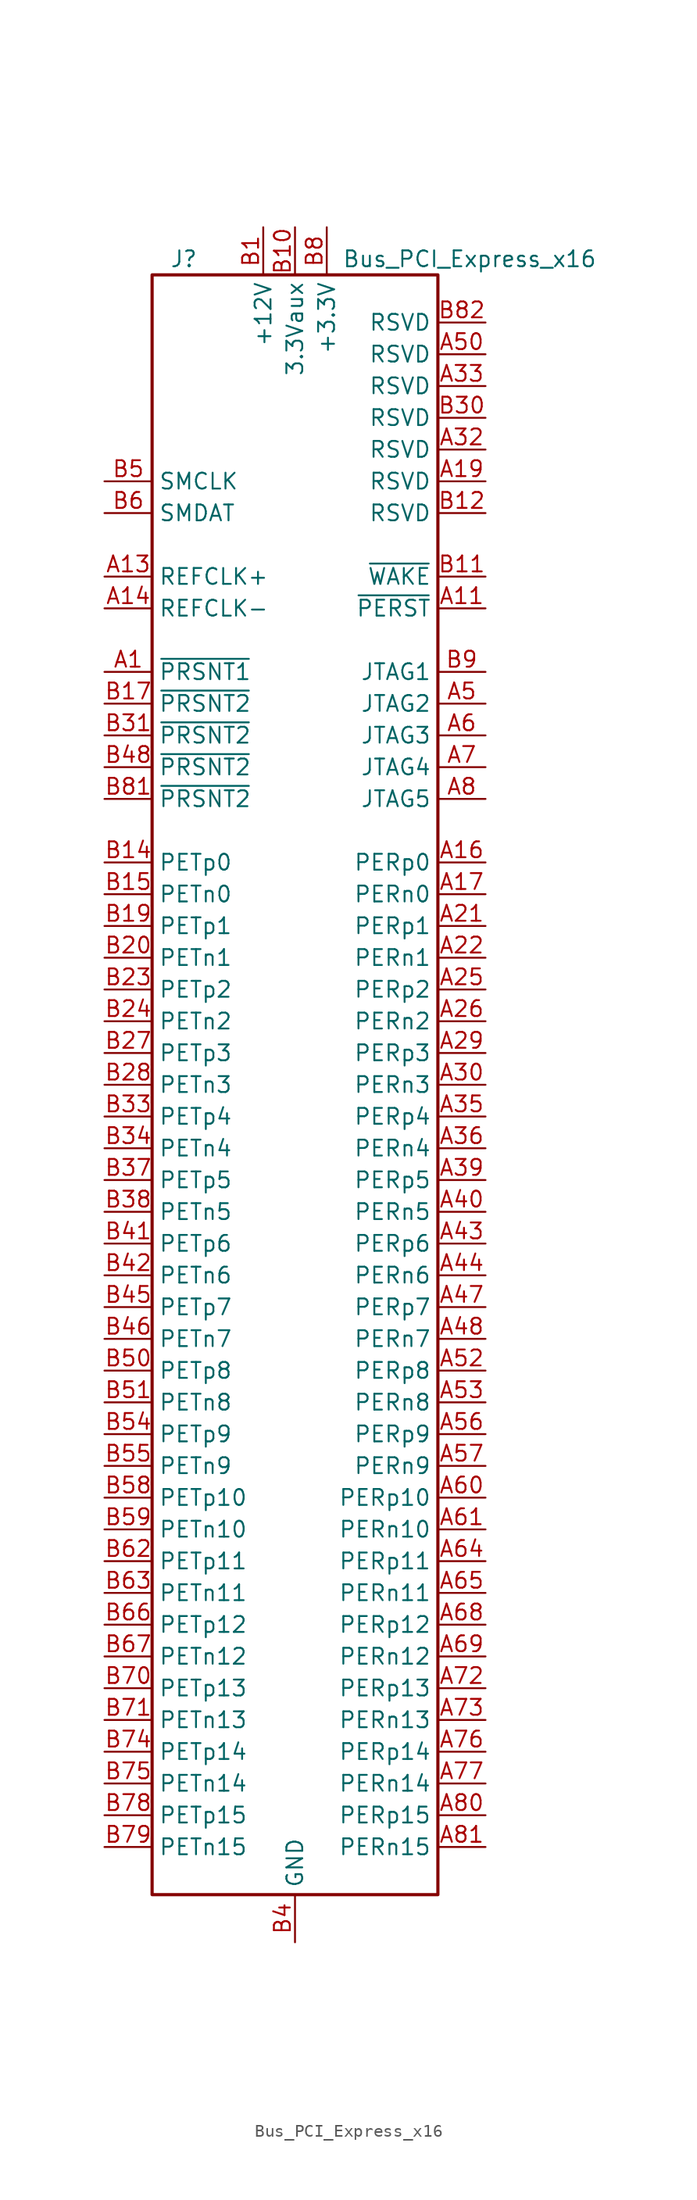
<source format=kicad_sym>
(kicad_symbol_lib
  (version 20211014)
  (generator kicad_symbol_editor)
  (symbol "Bus_PCI_Express_x16"
    (property "Reference" "J"
      (at -8.89 66.04 0)
      (effects (font (size 1.27 1.27))))
    (property "Value" "Bus_PCI_Express_x16"
      (at 13.97 66.04 0)
      (effects (font (size 1.27 1.27))))
    (symbol "Bus_PCI_Express_x16_0_1"
      (rectangle (start -11.43 64.77) (end 11.43 -64.77) (stroke (width 0.254) (type default) (color 0 0 0 0)) (fill (type none))))
    (symbol "Bus_PCI_Express_x16_1_1"
      (pin passive line (at -15.24 33.02 0) (length 3.81) (name "~{PRSNT1}" (effects (font (size 1.27 1.27)))) (number "A1" (effects (font (size 1.27 1.27)))))
      (pin passive line (at 2.54 68.58 270) (length 3.81) hide (name "+3.3V" (effects (font (size 1.27 1.27)))) (number "A10" (effects (font (size 1.27 1.27)))))
      (pin input line (at 15.24 38.1 180) (length 3.81) (name "~{PERST}" (effects (font (size 1.27 1.27)))) (number "A11" (effects (font (size 1.27 1.27)))))
      (pin passive line (at 0 -68.58 90) (length 3.81) hide (name "GND" (effects (font (size 1.27 1.27)))) (number "A12" (effects (font (size 1.27 1.27)))))
      (pin input line (at -15.24 40.64 0) (length 3.81) (name "REFCLK+" (effects (font (size 1.27 1.27)))) (number "A13" (effects (font (size 1.27 1.27)))))
      (pin input line (at -15.24 38.1 0) (length 3.81) (name "REFCLK-" (effects (font (size 1.27 1.27)))) (number "A14" (effects (font (size 1.27 1.27)))))
      (pin passive line (at 0 -68.58 90) (length 3.81) hide (name "GND" (effects (font (size 1.27 1.27)))) (number "A15" (effects (font (size 1.27 1.27)))))
      (pin output line (at 15.24 17.78 180) (length 3.81) (name "PERp0" (effects (font (size 1.27 1.27)))) (number "A16" (effects (font (size 1.27 1.27)))))
      (pin output line (at 15.24 15.24 180) (length 3.81) (name "PERn0" (effects (font (size 1.27 1.27)))) (number "A17" (effects (font (size 1.27 1.27)))))
      (pin passive line (at 0 -68.58 90) (length 3.81) hide (name "GND" (effects (font (size 1.27 1.27)))) (number "A18" (effects (font (size 1.27 1.27)))))
      (pin passive line (at 15.24 48.26 180) (length 3.81) (name "RSVD" (effects (font (size 1.27 1.27)))) (number "A19" (effects (font (size 1.27 1.27)))))
      (pin passive line (at -2.54 68.58 270) (length 3.81) hide (name "+12V" (effects (font (size 1.27 1.27)))) (number "A2" (effects (font (size 1.27 1.27)))))
      (pin passive line (at 0 -68.58 90) (length 3.81) hide (name "GND" (effects (font (size 1.27 1.27)))) (number "A20" (effects (font (size 1.27 1.27)))))
      (pin output line (at 15.24 12.7 180) (length 3.81) (name "PERp1" (effects (font (size 1.27 1.27)))) (number "A21" (effects (font (size 1.27 1.27)))))
      (pin output line (at 15.24 10.16 180) (length 3.81) (name "PERn1" (effects (font (size 1.27 1.27)))) (number "A22" (effects (font (size 1.27 1.27)))))
      (pin passive line (at 0 -68.58 90) (length 3.81) hide (name "GND" (effects (font (size 1.27 1.27)))) (number "A23" (effects (font (size 1.27 1.27)))))
      (pin passive line (at 0 -68.58 90) (length 3.81) hide (name "GND" (effects (font (size 1.27 1.27)))) (number "A24" (effects (font (size 1.27 1.27)))))
      (pin output line (at 15.24 7.62 180) (length 3.81) (name "PERp2" (effects (font (size 1.27 1.27)))) (number "A25" (effects (font (size 1.27 1.27)))))
      (pin output line (at 15.24 5.08 180) (length 3.81) (name "PERn2" (effects (font (size 1.27 1.27)))) (number "A26" (effects (font (size 1.27 1.27)))))
      (pin passive line (at 0 -68.58 90) (length 3.81) hide (name "GND" (effects (font (size 1.27 1.27)))) (number "A27" (effects (font (size 1.27 1.27)))))
      (pin passive line (at 0 -68.58 90) (length 3.81) hide (name "GND" (effects (font (size 1.27 1.27)))) (number "A28" (effects (font (size 1.27 1.27)))))
      (pin output line (at 15.24 2.54 180) (length 3.81) (name "PERp3" (effects (font (size 1.27 1.27)))) (number "A29" (effects (font (size 1.27 1.27)))))
      (pin passive line (at -2.54 68.58 270) (length 3.81) hide (name "+12V" (effects (font (size 1.27 1.27)))) (number "A3" (effects (font (size 1.27 1.27)))))
      (pin output line (at 15.24 0 180) (length 3.81) (name "PERn3" (effects (font (size 1.27 1.27)))) (number "A30" (effects (font (size 1.27 1.27)))))
      (pin passive line (at 0 -68.58 90) (length 3.81) hide (name "GND" (effects (font (size 1.27 1.27)))) (number "A31" (effects (font (size 1.27 1.27)))))
      (pin passive line (at 15.24 50.8 180) (length 3.81) (name "RSVD" (effects (font (size 1.27 1.27)))) (number "A32" (effects (font (size 1.27 1.27)))))
      (pin passive line (at 15.24 55.88 180) (length 3.81) (name "RSVD" (effects (font (size 1.27 1.27)))) (number "A33" (effects (font (size 1.27 1.27)))))
      (pin passive line (at 0 -68.58 90) (length 3.81) hide (name "GND" (effects (font (size 1.27 1.27)))) (number "A34" (effects (font (size 1.27 1.27)))))
      (pin output line (at 15.24 -2.54 180) (length 3.81) (name "PERp4" (effects (font (size 1.27 1.27)))) (number "A35" (effects (font (size 1.27 1.27)))))
      (pin output line (at 15.24 -5.08 180) (length 3.81) (name "PERn4" (effects (font (size 1.27 1.27)))) (number "A36" (effects (font (size 1.27 1.27)))))
      (pin passive line (at 0 -68.58 90) (length 3.81) hide (name "GND" (effects (font (size 1.27 1.27)))) (number "A37" (effects (font (size 1.27 1.27)))))
      (pin passive line (at 0 -68.58 90) (length 3.81) hide (name "GND" (effects (font (size 1.27 1.27)))) (number "A38" (effects (font (size 1.27 1.27)))))
      (pin output line (at 15.24 -7.62 180) (length 3.81) (name "PERp5" (effects (font (size 1.27 1.27)))) (number "A39" (effects (font (size 1.27 1.27)))))
      (pin passive line (at 0 -68.58 90) (length 3.81) hide (name "GND" (effects (font (size 1.27 1.27)))) (number "A4" (effects (font (size 1.27 1.27)))))
      (pin output line (at 15.24 -10.16 180) (length 3.81) (name "PERn5" (effects (font (size 1.27 1.27)))) (number "A40" (effects (font (size 1.27 1.27)))))
      (pin passive line (at 0 -68.58 90) (length 3.81) hide (name "GND" (effects (font (size 1.27 1.27)))) (number "A41" (effects (font (size 1.27 1.27)))))
      (pin passive line (at 0 -68.58 90) (length 3.81) hide (name "GND" (effects (font (size 1.27 1.27)))) (number "A42" (effects (font (size 1.27 1.27)))))
      (pin output line (at 15.24 -12.7 180) (length 3.81) (name "PERp6" (effects (font (size 1.27 1.27)))) (number "A43" (effects (font (size 1.27 1.27)))))
      (pin output line (at 15.24 -15.24 180) (length 3.81) (name "PERn6" (effects (font (size 1.27 1.27)))) (number "A44" (effects (font (size 1.27 1.27)))))
      (pin passive line (at 0 -68.58 90) (length 3.81) hide (name "GND" (effects (font (size 1.27 1.27)))) (number "A45" (effects (font (size 1.27 1.27)))))
      (pin passive line (at 0 -68.58 90) (length 3.81) hide (name "GND" (effects (font (size 1.27 1.27)))) (number "A46" (effects (font (size 1.27 1.27)))))
      (pin output line (at 15.24 -17.78 180) (length 3.81) (name "PERp7" (effects (font (size 1.27 1.27)))) (number "A47" (effects (font (size 1.27 1.27)))))
      (pin output line (at 15.24 -20.32 180) (length 3.81) (name "PERn7" (effects (font (size 1.27 1.27)))) (number "A48" (effects (font (size 1.27 1.27)))))
      (pin passive line (at 0 -68.58 90) (length 3.81) hide (name "GND" (effects (font (size 1.27 1.27)))) (number "A49" (effects (font (size 1.27 1.27)))))
      (pin input line (at 15.24 30.48 180) (length 3.81) (name "JTAG2" (effects (font (size 1.27 1.27)))) (number "A5" (effects (font (size 1.27 1.27)))))
      (pin passive line (at 15.24 58.42 180) (length 3.81) (name "RSVD" (effects (font (size 1.27 1.27)))) (number "A50" (effects (font (size 1.27 1.27)))))
      (pin passive line (at 0 -68.58 90) (length 3.81) hide (name "GND" (effects (font (size 1.27 1.27)))) (number "A51" (effects (font (size 1.27 1.27)))))
      (pin output line (at 15.24 -22.86 180) (length 3.81) (name "PERp8" (effects (font (size 1.27 1.27)))) (number "A52" (effects (font (size 1.27 1.27)))))
      (pin output line (at 15.24 -25.4 180) (length 3.81) (name "PERn8" (effects (font (size 1.27 1.27)))) (number "A53" (effects (font (size 1.27 1.27)))))
      (pin passive line (at 0 -68.58 90) (length 3.81) hide (name "GND" (effects (font (size 1.27 1.27)))) (number "A54" (effects (font (size 1.27 1.27)))))
      (pin passive line (at 0 -68.58 90) (length 3.81) hide (name "GND" (effects (font (size 1.27 1.27)))) (number "A55" (effects (font (size 1.27 1.27)))))
      (pin output line (at 15.24 -27.94 180) (length 3.81) (name "PERp9" (effects (font (size 1.27 1.27)))) (number "A56" (effects (font (size 1.27 1.27)))))
      (pin output line (at 15.24 -30.48 180) (length 3.81) (name "PERn9" (effects (font (size 1.27 1.27)))) (number "A57" (effects (font (size 1.27 1.27)))))
      (pin passive line (at 0 -68.58 90) (length 3.81) hide (name "GND" (effects (font (size 1.27 1.27)))) (number "A58" (effects (font (size 1.27 1.27)))))
      (pin passive line (at 0 -68.58 90) (length 3.81) hide (name "GND" (effects (font (size 1.27 1.27)))) (number "A59" (effects (font (size 1.27 1.27)))))
      (pin input line (at 15.24 27.94 180) (length 3.81) (name "JTAG3" (effects (font (size 1.27 1.27)))) (number "A6" (effects (font (size 1.27 1.27)))))
      (pin output line (at 15.24 -33.02 180) (length 3.81) (name "PERp10" (effects (font (size 1.27 1.27)))) (number "A60" (effects (font (size 1.27 1.27)))))
      (pin output line (at 15.24 -35.56 180) (length 3.81) (name "PERn10" (effects (font (size 1.27 1.27)))) (number "A61" (effects (font (size 1.27 1.27)))))
      (pin passive line (at 0 -68.58 90) (length 3.81) hide (name "GND" (effects (font (size 1.27 1.27)))) (number "A62" (effects (font (size 1.27 1.27)))))
      (pin passive line (at 0 -68.58 90) (length 3.81) hide (name "GND" (effects (font (size 1.27 1.27)))) (number "A63" (effects (font (size 1.27 1.27)))))
      (pin output line (at 15.24 -38.1 180) (length 3.81) (name "PERp11" (effects (font (size 1.27 1.27)))) (number "A64" (effects (font (size 1.27 1.27)))))
      (pin output line (at 15.24 -40.64 180) (length 3.81) (name "PERn11" (effects (font (size 1.27 1.27)))) (number "A65" (effects (font (size 1.27 1.27)))))
      (pin passive line (at 0 -68.58 90) (length 3.81) hide (name "GND" (effects (font (size 1.27 1.27)))) (number "A66" (effects (font (size 1.27 1.27)))))
      (pin passive line (at 0 -68.58 90) (length 3.81) hide (name "GND" (effects (font (size 1.27 1.27)))) (number "A67" (effects (font (size 1.27 1.27)))))
      (pin output line (at 15.24 -43.18 180) (length 3.81) (name "PERp12" (effects (font (size 1.27 1.27)))) (number "A68" (effects (font (size 1.27 1.27)))))
      (pin output line (at 15.24 -45.72 180) (length 3.81) (name "PERn12" (effects (font (size 1.27 1.27)))) (number "A69" (effects (font (size 1.27 1.27)))))
      (pin output line (at 15.24 25.4 180) (length 3.81) (name "JTAG4" (effects (font (size 1.27 1.27)))) (number "A7" (effects (font (size 1.27 1.27)))))
      (pin passive line (at 0 -68.58 90) (length 3.81) hide (name "GND" (effects (font (size 1.27 1.27)))) (number "A70" (effects (font (size 1.27 1.27)))))
      (pin passive line (at 0 -68.58 90) (length 3.81) hide (name "GND" (effects (font (size 1.27 1.27)))) (number "A71" (effects (font (size 1.27 1.27)))))
      (pin output line (at 15.24 -48.26 180) (length 3.81) (name "PERp13" (effects (font (size 1.27 1.27)))) (number "A72" (effects (font (size 1.27 1.27)))))
      (pin output line (at 15.24 -50.8 180) (length 3.81) (name "PERn13" (effects (font (size 1.27 1.27)))) (number "A73" (effects (font (size 1.27 1.27)))))
      (pin passive line (at 0 -68.58 90) (length 3.81) hide (name "GND" (effects (font (size 1.27 1.27)))) (number "A74" (effects (font (size 1.27 1.27)))))
      (pin passive line (at 0 -68.58 90) (length 3.81) hide (name "GND" (effects (font (size 1.27 1.27)))) (number "A75" (effects (font (size 1.27 1.27)))))
      (pin output line (at 15.24 -53.34 180) (length 3.81) (name "PERp14" (effects (font (size 1.27 1.27)))) (number "A76" (effects (font (size 1.27 1.27)))))
      (pin output line (at 15.24 -55.88 180) (length 3.81) (name "PERn14" (effects (font (size 1.27 1.27)))) (number "A77" (effects (font (size 1.27 1.27)))))
      (pin passive line (at 0 -68.58 90) (length 3.81) hide (name "GND" (effects (font (size 1.27 1.27)))) (number "A78" (effects (font (size 1.27 1.27)))))
      (pin passive line (at 0 -68.58 90) (length 3.81) hide (name "GND" (effects (font (size 1.27 1.27)))) (number "A79" (effects (font (size 1.27 1.27)))))
      (pin input line (at 15.24 22.86 180) (length 3.81) (name "JTAG5" (effects (font (size 1.27 1.27)))) (number "A8" (effects (font (size 1.27 1.27)))))
      (pin output line (at 15.24 -58.42 180) (length 3.81) (name "PERp15" (effects (font (size 1.27 1.27)))) (number "A80" (effects (font (size 1.27 1.27)))))
      (pin output line (at 15.24 -60.96 180) (length 3.81) (name "PERn15" (effects (font (size 1.27 1.27)))) (number "A81" (effects (font (size 1.27 1.27)))))
      (pin passive line (at 0 -68.58 90) (length 3.81) hide (name "GND" (effects (font (size 1.27 1.27)))) (number "A82" (effects (font (size 1.27 1.27)))))
      (pin passive line (at 2.54 68.58 270) (length 3.81) hide (name "+3.3V" (effects (font (size 1.27 1.27)))) (number "A9" (effects (font (size 1.27 1.27)))))
      (pin power_in line (at -2.54 68.58 270) (length 3.81) (name "+12V" (effects (font (size 1.27 1.27)))) (number "B1" (effects (font (size 1.27 1.27)))))
      (pin power_in line (at 0 68.58 270) (length 3.81) (name "3.3Vaux" (effects (font (size 1.27 1.27)))) (number "B10" (effects (font (size 1.27 1.27)))))
      (pin open_collector line (at 15.24 40.64 180) (length 3.81) (name "~{WAKE}" (effects (font (size 1.27 1.27)))) (number "B11" (effects (font (size 1.27 1.27)))))
      (pin passive line (at 15.24 45.72 180) (length 3.81) (name "RSVD" (effects (font (size 1.27 1.27)))) (number "B12" (effects (font (size 1.27 1.27)))))
      (pin passive line (at 0 -68.58 90) (length 3.81) hide (name "GND" (effects (font (size 1.27 1.27)))) (number "B13" (effects (font (size 1.27 1.27)))))
      (pin input line (at -15.24 17.78 0) (length 3.81) (name "PETp0" (effects (font (size 1.27 1.27)))) (number "B14" (effects (font (size 1.27 1.27)))))
      (pin input line (at -15.24 15.24 0) (length 3.81) (name "PETn0" (effects (font (size 1.27 1.27)))) (number "B15" (effects (font (size 1.27 1.27)))))
      (pin passive line (at 0 -68.58 90) (length 3.81) hide (name "GND" (effects (font (size 1.27 1.27)))) (number "B16" (effects (font (size 1.27 1.27)))))
      (pin passive line (at -15.24 30.48 0) (length 3.81) (name "~{PRSNT2}" (effects (font (size 1.27 1.27)))) (number "B17" (effects (font (size 1.27 1.27)))))
      (pin passive line (at 0 -68.58 90) (length 3.81) hide (name "GND" (effects (font (size 1.27 1.27)))) (number "B18" (effects (font (size 1.27 1.27)))))
      (pin input line (at -15.24 12.7 0) (length 3.81) (name "PETp1" (effects (font (size 1.27 1.27)))) (number "B19" (effects (font (size 1.27 1.27)))))
      (pin passive line (at -2.54 68.58 270) (length 3.81) hide (name "+12V" (effects (font (size 1.27 1.27)))) (number "B2" (effects (font (size 1.27 1.27)))))
      (pin input line (at -15.24 10.16 0) (length 3.81) (name "PETn1" (effects (font (size 1.27 1.27)))) (number "B20" (effects (font (size 1.27 1.27)))))
      (pin passive line (at 0 -68.58 90) (length 3.81) hide (name "GND" (effects (font (size 1.27 1.27)))) (number "B21" (effects (font (size 1.27 1.27)))))
      (pin passive line (at 0 -68.58 90) (length 3.81) hide (name "GND" (effects (font (size 1.27 1.27)))) (number "B22" (effects (font (size 1.27 1.27)))))
      (pin input line (at -15.24 7.62 0) (length 3.81) (name "PETp2" (effects (font (size 1.27 1.27)))) (number "B23" (effects (font (size 1.27 1.27)))))
      (pin input line (at -15.24 5.08 0) (length 3.81) (name "PETn2" (effects (font (size 1.27 1.27)))) (number "B24" (effects (font (size 1.27 1.27)))))
      (pin passive line (at 0 -68.58 90) (length 3.81) hide (name "GND" (effects (font (size 1.27 1.27)))) (number "B25" (effects (font (size 1.27 1.27)))))
      (pin passive line (at 0 -68.58 90) (length 3.81) hide (name "GND" (effects (font (size 1.27 1.27)))) (number "B26" (effects (font (size 1.27 1.27)))))
      (pin input line (at -15.24 2.54 0) (length 3.81) (name "PETp3" (effects (font (size 1.27 1.27)))) (number "B27" (effects (font (size 1.27 1.27)))))
      (pin input line (at -15.24 0 0) (length 3.81) (name "PETn3" (effects (font (size 1.27 1.27)))) (number "B28" (effects (font (size 1.27 1.27)))))
      (pin passive line (at 0 -68.58 90) (length 3.81) hide (name "GND" (effects (font (size 1.27 1.27)))) (number "B29" (effects (font (size 1.27 1.27)))))
      (pin passive line (at -2.54 68.58 270) (length 3.81) hide (name "+12V" (effects (font (size 1.27 1.27)))) (number "B3" (effects (font (size 1.27 1.27)))))
      (pin passive line (at 15.24 53.34 180) (length 3.81) (name "RSVD" (effects (font (size 1.27 1.27)))) (number "B30" (effects (font (size 1.27 1.27)))))
      (pin passive line (at -15.24 27.94 0) (length 3.81) (name "~{PRSNT2}" (effects (font (size 1.27 1.27)))) (number "B31" (effects (font (size 1.27 1.27)))))
      (pin passive line (at 0 -68.58 90) (length 3.81) hide (name "GND" (effects (font (size 1.27 1.27)))) (number "B32" (effects (font (size 1.27 1.27)))))
      (pin input line (at -15.24 -2.54 0) (length 3.81) (name "PETp4" (effects (font (size 1.27 1.27)))) (number "B33" (effects (font (size 1.27 1.27)))))
      (pin input line (at -15.24 -5.08 0) (length 3.81) (name "PETn4" (effects (font (size 1.27 1.27)))) (number "B34" (effects (font (size 1.27 1.27)))))
      (pin passive line (at 0 -68.58 90) (length 3.81) hide (name "GND" (effects (font (size 1.27 1.27)))) (number "B35" (effects (font (size 1.27 1.27)))))
      (pin passive line (at 0 -68.58 90) (length 3.81) hide (name "GND" (effects (font (size 1.27 1.27)))) (number "B36" (effects (font (size 1.27 1.27)))))
      (pin input line (at -15.24 -7.62 0) (length 3.81) (name "PETp5" (effects (font (size 1.27 1.27)))) (number "B37" (effects (font (size 1.27 1.27)))))
      (pin input line (at -15.24 -10.16 0) (length 3.81) (name "PETn5" (effects (font (size 1.27 1.27)))) (number "B38" (effects (font (size 1.27 1.27)))))
      (pin passive line (at 0 -68.58 90) (length 3.81) hide (name "GND" (effects (font (size 1.27 1.27)))) (number "B39" (effects (font (size 1.27 1.27)))))
      (pin power_in line (at 0 -68.58 90) (length 3.81) (name "GND" (effects (font (size 1.27 1.27)))) (number "B4" (effects (font (size 1.27 1.27)))))
      (pin passive line (at 0 -68.58 90) (length 3.81) hide (name "GND" (effects (font (size 1.27 1.27)))) (number "B40" (effects (font (size 1.27 1.27)))))
      (pin input line (at -15.24 -12.7 0) (length 3.81) (name "PETp6" (effects (font (size 1.27 1.27)))) (number "B41" (effects (font (size 1.27 1.27)))))
      (pin input line (at -15.24 -15.24 0) (length 3.81) (name "PETn6" (effects (font (size 1.27 1.27)))) (number "B42" (effects (font (size 1.27 1.27)))))
      (pin passive line (at 0 -68.58 90) (length 3.81) hide (name "GND" (effects (font (size 1.27 1.27)))) (number "B43" (effects (font (size 1.27 1.27)))))
      (pin passive line (at 0 -68.58 90) (length 3.81) hide (name "GND" (effects (font (size 1.27 1.27)))) (number "B44" (effects (font (size 1.27 1.27)))))
      (pin input line (at -15.24 -17.78 0) (length 3.81) (name "PETp7" (effects (font (size 1.27 1.27)))) (number "B45" (effects (font (size 1.27 1.27)))))
      (pin input line (at -15.24 -20.32 0) (length 3.81) (name "PETn7" (effects (font (size 1.27 1.27)))) (number "B46" (effects (font (size 1.27 1.27)))))
      (pin passive line (at 0 -68.58 90) (length 3.81) hide (name "GND" (effects (font (size 1.27 1.27)))) (number "B47" (effects (font (size 1.27 1.27)))))
      (pin passive line (at -15.24 25.4 0) (length 3.81) (name "~{PRSNT2}" (effects (font (size 1.27 1.27)))) (number "B48" (effects (font (size 1.27 1.27)))))
      (pin passive line (at 0 -68.58 90) (length 3.81) hide (name "GND" (effects (font (size 1.27 1.27)))) (number "B49" (effects (font (size 1.27 1.27)))))
      (pin input line (at -15.24 48.26 0) (length 3.81) (name "SMCLK" (effects (font (size 1.27 1.27)))) (number "B5" (effects (font (size 1.27 1.27)))))
      (pin input line (at -15.24 -22.86 0) (length 3.81) (name "PETp8" (effects (font (size 1.27 1.27)))) (number "B50" (effects (font (size 1.27 1.27)))))
      (pin input line (at -15.24 -25.4 0) (length 3.81) (name "PETn8" (effects (font (size 1.27 1.27)))) (number "B51" (effects (font (size 1.27 1.27)))))
      (pin passive line (at 0 -68.58 90) (length 3.81) hide (name "GND" (effects (font (size 1.27 1.27)))) (number "B52" (effects (font (size 1.27 1.27)))))
      (pin passive line (at 0 -68.58 90) (length 3.81) hide (name "GND" (effects (font (size 1.27 1.27)))) (number "B53" (effects (font (size 1.27 1.27)))))
      (pin input line (at -15.24 -27.94 0) (length 3.81) (name "PETp9" (effects (font (size 1.27 1.27)))) (number "B54" (effects (font (size 1.27 1.27)))))
      (pin input line (at -15.24 -30.48 0) (length 3.81) (name "PETn9" (effects (font (size 1.27 1.27)))) (number "B55" (effects (font (size 1.27 1.27)))))
      (pin passive line (at 0 -68.58 90) (length 3.81) hide (name "GND" (effects (font (size 1.27 1.27)))) (number "B56" (effects (font (size 1.27 1.27)))))
      (pin passive line (at 0 -68.58 90) (length 3.81) hide (name "GND" (effects (font (size 1.27 1.27)))) (number "B57" (effects (font (size 1.27 1.27)))))
      (pin input line (at -15.24 -33.02 0) (length 3.81) (name "PETp10" (effects (font (size 1.27 1.27)))) (number "B58" (effects (font (size 1.27 1.27)))))
      (pin input line (at -15.24 -35.56 0) (length 3.81) (name "PETn10" (effects (font (size 1.27 1.27)))) (number "B59" (effects (font (size 1.27 1.27)))))
      (pin bidirectional line (at -15.24 45.72 0) (length 3.81) (name "SMDAT" (effects (font (size 1.27 1.27)))) (number "B6" (effects (font (size 1.27 1.27)))))
      (pin passive line (at 0 -68.58 90) (length 3.81) hide (name "GND" (effects (font (size 1.27 1.27)))) (number "B60" (effects (font (size 1.27 1.27)))))
      (pin passive line (at 0 -68.58 90) (length 3.81) hide (name "GND" (effects (font (size 1.27 1.27)))) (number "B61" (effects (font (size 1.27 1.27)))))
      (pin input line (at -15.24 -38.1 0) (length 3.81) (name "PETp11" (effects (font (size 1.27 1.27)))) (number "B62" (effects (font (size 1.27 1.27)))))
      (pin input line (at -15.24 -40.64 0) (length 3.81) (name "PETn11" (effects (font (size 1.27 1.27)))) (number "B63" (effects (font (size 1.27 1.27)))))
      (pin passive line (at 0 -68.58 90) (length 3.81) hide (name "GND" (effects (font (size 1.27 1.27)))) (number "B64" (effects (font (size 1.27 1.27)))))
      (pin passive line (at 0 -68.58 90) (length 3.81) hide (name "GND" (effects (font (size 1.27 1.27)))) (number "B65" (effects (font (size 1.27 1.27)))))
      (pin input line (at -15.24 -43.18 0) (length 3.81) (name "PETp12" (effects (font (size 1.27 1.27)))) (number "B66" (effects (font (size 1.27 1.27)))))
      (pin input line (at -15.24 -45.72 0) (length 3.81) (name "PETn12" (effects (font (size 1.27 1.27)))) (number "B67" (effects (font (size 1.27 1.27)))))
      (pin passive line (at 0 -68.58 90) (length 3.81) hide (name "GND" (effects (font (size 1.27 1.27)))) (number "B68" (effects (font (size 1.27 1.27)))))
      (pin passive line (at 0 -68.58 90) (length 3.81) hide (name "GND" (effects (font (size 1.27 1.27)))) (number "B69" (effects (font (size 1.27 1.27)))))
      (pin passive line (at 0 -68.58 90) (length 3.81) hide (name "GND" (effects (font (size 1.27 1.27)))) (number "B7" (effects (font (size 1.27 1.27)))))
      (pin input line (at -15.24 -48.26 0) (length 3.81) (name "PETp13" (effects (font (size 1.27 1.27)))) (number "B70" (effects (font (size 1.27 1.27)))))
      (pin input line (at -15.24 -50.8 0) (length 3.81) (name "PETn13" (effects (font (size 1.27 1.27)))) (number "B71" (effects (font (size 1.27 1.27)))))
      (pin passive line (at 0 -68.58 90) (length 3.81) hide (name "GND" (effects (font (size 1.27 1.27)))) (number "B72" (effects (font (size 1.27 1.27)))))
      (pin passive line (at 0 -68.58 90) (length 3.81) hide (name "GND" (effects (font (size 1.27 1.27)))) (number "B73" (effects (font (size 1.27 1.27)))))
      (pin input line (at -15.24 -53.34 0) (length 3.81) (name "PETp14" (effects (font (size 1.27 1.27)))) (number "B74" (effects (font (size 1.27 1.27)))))
      (pin input line (at -15.24 -55.88 0) (length 3.81) (name "PETn14" (effects (font (size 1.27 1.27)))) (number "B75" (effects (font (size 1.27 1.27)))))
      (pin passive line (at 0 -68.58 90) (length 3.81) hide (name "GND" (effects (font (size 1.27 1.27)))) (number "B76" (effects (font (size 1.27 1.27)))))
      (pin passive line (at 0 -68.58 90) (length 3.81) hide (name "GND" (effects (font (size 1.27 1.27)))) (number "B77" (effects (font (size 1.27 1.27)))))
      (pin input line (at -15.24 -58.42 0) (length 3.81) (name "PETp15" (effects (font (size 1.27 1.27)))) (number "B78" (effects (font (size 1.27 1.27)))))
      (pin input line (at -15.24 -60.96 0) (length 3.81) (name "PETn15" (effects (font (size 1.27 1.27)))) (number "B79" (effects (font (size 1.27 1.27)))))
      (pin power_in line (at 2.54 68.58 270) (length 3.81) (name "+3.3V" (effects (font (size 1.27 1.27)))) (number "B8" (effects (font (size 1.27 1.27)))))
      (pin passive line (at 0 -68.58 90) (length 3.81) hide (name "GND" (effects (font (size 1.27 1.27)))) (number "B80" (effects (font (size 1.27 1.27)))))
      (pin passive line (at -15.24 22.86 0) (length 3.81) (name "~{PRSNT2}" (effects (font (size 1.27 1.27)))) (number "B81" (effects (font (size 1.27 1.27)))))
      (pin passive line (at 15.24 60.96 180) (length 3.81) (name "RSVD" (effects (font (size 1.27 1.27)))) (number "B82" (effects (font (size 1.27 1.27)))))
      (pin input line (at 15.24 33.02 180) (length 3.81) (name "JTAG1" (effects (font (size 1.27 1.27)))) (number "B9" (effects (font (size 1.27 1.27))))))))
</source>
